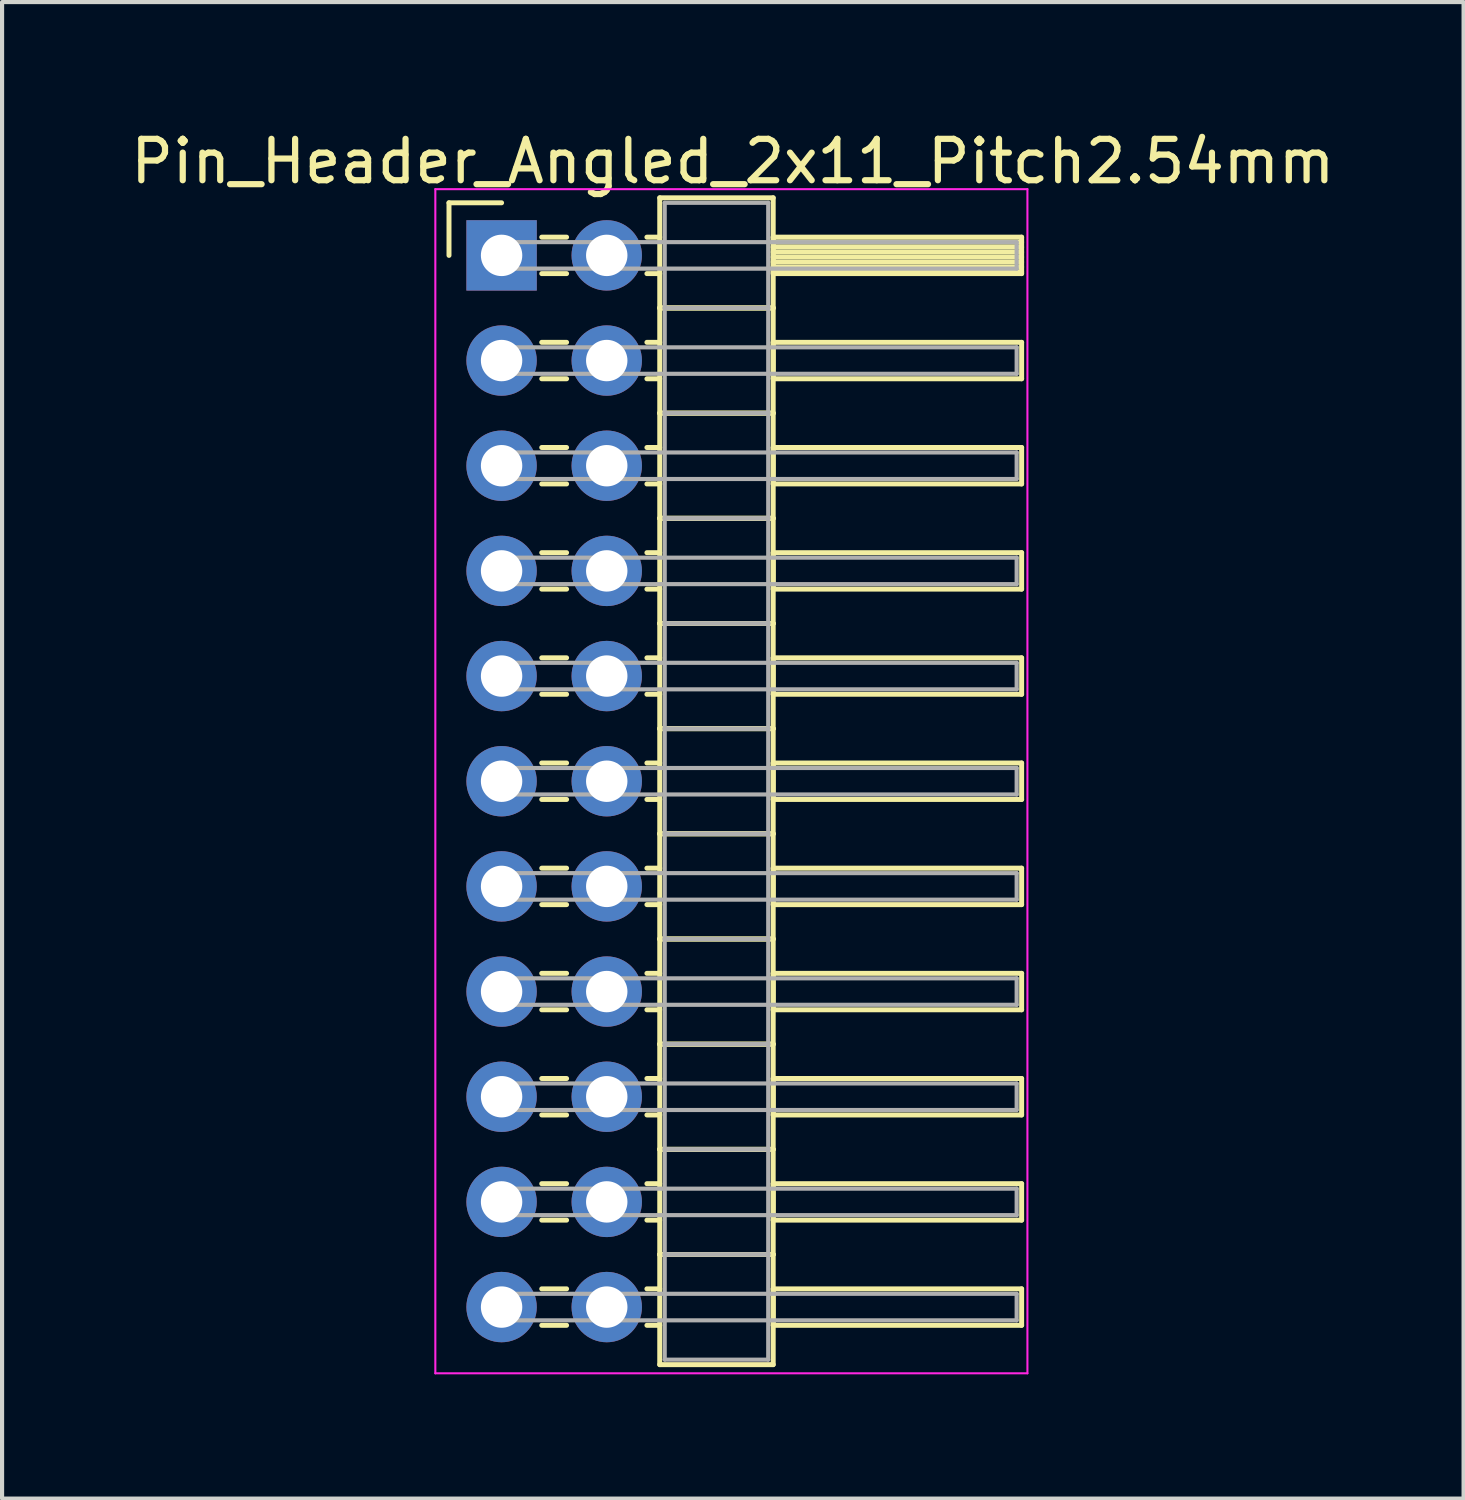
<source format=kicad_pcb>
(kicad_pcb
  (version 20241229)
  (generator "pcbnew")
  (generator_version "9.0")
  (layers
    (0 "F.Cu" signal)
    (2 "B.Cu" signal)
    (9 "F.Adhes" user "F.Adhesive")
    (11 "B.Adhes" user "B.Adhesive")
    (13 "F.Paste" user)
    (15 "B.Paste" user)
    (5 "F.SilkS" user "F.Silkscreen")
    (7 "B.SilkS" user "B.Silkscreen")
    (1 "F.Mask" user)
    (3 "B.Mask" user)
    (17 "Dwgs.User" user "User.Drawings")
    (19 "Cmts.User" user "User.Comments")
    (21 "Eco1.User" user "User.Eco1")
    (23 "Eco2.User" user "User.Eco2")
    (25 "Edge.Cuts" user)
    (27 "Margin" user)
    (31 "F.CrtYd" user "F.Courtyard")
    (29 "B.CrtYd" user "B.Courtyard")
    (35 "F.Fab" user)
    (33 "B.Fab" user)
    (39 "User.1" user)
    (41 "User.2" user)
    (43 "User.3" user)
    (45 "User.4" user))
  (footprint "Pin_Header_Angled_2x11_Pitch2.54mm"
    (layer "F.Cu")
    (at 9.064 3.118)
    (property "Reference" "Pin_Header_Angled_2x11_Pitch2.54mm" (at 5.585 -2.27 0) (layer "F.SilkS") (effects (font (size 1 1) (thickness 0.15))))
    (attr through_hole)
    (fp_line (start -1.27 -1.27) (end 0 -1.27) (stroke (width 0.12) (type solid)) (layer "F.SilkS"))
    (fp_line (start -1.27 0) (end -1.27 -1.27) (stroke (width 0.12) (type solid)) (layer "F.SilkS"))
    (fp_line (start 0.97 -0.44) (end 1.57 -0.44) (stroke (width 0.12) (type solid)) (layer "F.SilkS"))
    (fp_line (start 0.97 0.44) (end 1.57 0.44) (stroke (width 0.12) (type solid)) (layer "F.SilkS"))
    (fp_line (start 0.97 2.1) (end 1.57 2.1) (stroke (width 0.12) (type solid)) (layer "F.SilkS"))
    (fp_line (start 0.97 2.98) (end 1.57 2.98) (stroke (width 0.12) (type solid)) (layer "F.SilkS"))
    (fp_line (start 0.97 4.64) (end 1.57 4.64) (stroke (width 0.12) (type solid)) (layer "F.SilkS"))
    (fp_line (start 0.97 5.52) (end 1.57 5.52) (stroke (width 0.12) (type solid)) (layer "F.SilkS"))
    (fp_line (start 0.97 7.18) (end 1.57 7.18) (stroke (width 0.12) (type solid)) (layer "F.SilkS"))
    (fp_line (start 0.97 8.06) (end 1.57 8.06) (stroke (width 0.12) (type solid)) (layer "F.SilkS"))
    (fp_line (start 0.97 9.72) (end 1.57 9.72) (stroke (width 0.12) (type solid)) (layer "F.SilkS"))
    (fp_line (start 0.97 10.6) (end 1.57 10.6) (stroke (width 0.12) (type solid)) (layer "F.SilkS"))
    (fp_line (start 0.97 12.26) (end 1.57 12.26) (stroke (width 0.12) (type solid)) (layer "F.SilkS"))
    (fp_line (start 0.97 13.14) (end 1.57 13.14) (stroke (width 0.12) (type solid)) (layer "F.SilkS"))
    (fp_line (start 0.97 14.8) (end 1.57 14.8) (stroke (width 0.12) (type solid)) (layer "F.SilkS"))
    (fp_line (start 0.97 15.68) (end 1.57 15.68) (stroke (width 0.12) (type solid)) (layer "F.SilkS"))
    (fp_line (start 0.97 17.34) (end 1.57 17.34) (stroke (width 0.12) (type solid)) (layer "F.SilkS"))
    (fp_line (start 0.97 18.22) (end 1.57 18.22) (stroke (width 0.12) (type solid)) (layer "F.SilkS"))
    (fp_line (start 0.97 19.88) (end 1.57 19.88) (stroke (width 0.12) (type solid)) (layer "F.SilkS"))
    (fp_line (start 0.97 20.76) (end 1.57 20.76) (stroke (width 0.12) (type solid)) (layer "F.SilkS"))
    (fp_line (start 0.97 22.42) (end 1.57 22.42) (stroke (width 0.12) (type solid)) (layer "F.SilkS"))
    (fp_line (start 0.97 23.3) (end 1.57 23.3) (stroke (width 0.12) (type solid)) (layer "F.SilkS"))
    (fp_line (start 0.97 24.96) (end 1.57 24.96) (stroke (width 0.12) (type solid)) (layer "F.SilkS"))
    (fp_line (start 0.97 25.84) (end 1.57 25.84) (stroke (width 0.12) (type solid)) (layer "F.SilkS"))
    (fp_line (start 3.51 -0.44) (end 3.82 -0.44) (stroke (width 0.12) (type solid)) (layer "F.SilkS"))
    (fp_line (start 3.51 0.44) (end 3.82 0.44) (stroke (width 0.12) (type solid)) (layer "F.SilkS"))
    (fp_line (start 3.51 2.1) (end 3.82 2.1) (stroke (width 0.12) (type solid)) (layer "F.SilkS"))
    (fp_line (start 3.51 2.98) (end 3.82 2.98) (stroke (width 0.12) (type solid)) (layer "F.SilkS"))
    (fp_line (start 3.51 4.64) (end 3.82 4.64) (stroke (width 0.12) (type solid)) (layer "F.SilkS"))
    (fp_line (start 3.51 5.52) (end 3.82 5.52) (stroke (width 0.12) (type solid)) (layer "F.SilkS"))
    (fp_line (start 3.51 7.18) (end 3.82 7.18) (stroke (width 0.12) (type solid)) (layer "F.SilkS"))
    (fp_line (start 3.51 8.06) (end 3.82 8.06) (stroke (width 0.12) (type solid)) (layer "F.SilkS"))
    (fp_line (start 3.51 9.72) (end 3.82 9.72) (stroke (width 0.12) (type solid)) (layer "F.SilkS"))
    (fp_line (start 3.51 10.6) (end 3.82 10.6) (stroke (width 0.12) (type solid)) (layer "F.SilkS"))
    (fp_line (start 3.51 12.26) (end 3.82 12.26) (stroke (width 0.12) (type solid)) (layer "F.SilkS"))
    (fp_line (start 3.51 13.14) (end 3.82 13.14) (stroke (width 0.12) (type solid)) (layer "F.SilkS"))
    (fp_line (start 3.51 14.8) (end 3.82 14.8) (stroke (width 0.12) (type solid)) (layer "F.SilkS"))
    (fp_line (start 3.51 15.68) (end 3.82 15.68) (stroke (width 0.12) (type solid)) (layer "F.SilkS"))
    (fp_line (start 3.51 17.34) (end 3.82 17.34) (stroke (width 0.12) (type solid)) (layer "F.SilkS"))
    (fp_line (start 3.51 18.22) (end 3.82 18.22) (stroke (width 0.12) (type solid)) (layer "F.SilkS"))
    (fp_line (start 3.51 19.88) (end 3.82 19.88) (stroke (width 0.12) (type solid)) (layer "F.SilkS"))
    (fp_line (start 3.51 20.76) (end 3.82 20.76) (stroke (width 0.12) (type solid)) (layer "F.SilkS"))
    (fp_line (start 3.51 22.42) (end 3.82 22.42) (stroke (width 0.12) (type solid)) (layer "F.SilkS"))
    (fp_line (start 3.51 23.3) (end 3.82 23.3) (stroke (width 0.12) (type solid)) (layer "F.SilkS"))
    (fp_line (start 3.51 24.96) (end 3.82 24.96) (stroke (width 0.12) (type solid)) (layer "F.SilkS"))
    (fp_line (start 3.51 25.84) (end 3.82 25.84) (stroke (width 0.12) (type solid)) (layer "F.SilkS"))
    (fp_line (start 3.82 -1.39) (end 3.82 1.27) (stroke (width 0.12) (type solid)) (layer "F.SilkS"))
    (fp_line (start 3.82 1.27) (end 3.82 3.81) (stroke (width 0.12) (type solid)) (layer "F.SilkS"))
    (fp_line (start 3.82 1.27) (end 6.56 1.27) (stroke (width 0.12) (type solid)) (layer "F.SilkS"))
    (fp_line (start 3.82 3.81) (end 3.82 6.35) (stroke (width 0.12) (type solid)) (layer "F.SilkS"))
    (fp_line (start 3.82 3.81) (end 6.56 3.81) (stroke (width 0.12) (type solid)) (layer "F.SilkS"))
    (fp_line (start 3.82 6.35) (end 3.82 8.89) (stroke (width 0.12) (type solid)) (layer "F.SilkS"))
    (fp_line (start 3.82 6.35) (end 6.56 6.35) (stroke (width 0.12) (type solid)) (layer "F.SilkS"))
    (fp_line (start 3.82 8.89) (end 3.82 11.43) (stroke (width 0.12) (type solid)) (layer "F.SilkS"))
    (fp_line (start 3.82 8.89) (end 6.56 8.89) (stroke (width 0.12) (type solid)) (layer "F.SilkS"))
    (fp_line (start 3.82 11.43) (end 3.82 13.97) (stroke (width 0.12) (type solid)) (layer "F.SilkS"))
    (fp_line (start 3.82 11.43) (end 6.56 11.43) (stroke (width 0.12) (type solid)) (layer "F.SilkS"))
    (fp_line (start 3.82 13.97) (end 3.82 16.51) (stroke (width 0.12) (type solid)) (layer "F.SilkS"))
    (fp_line (start 3.82 13.97) (end 6.56 13.97) (stroke (width 0.12) (type solid)) (layer "F.SilkS"))
    (fp_line (start 3.82 16.51) (end 3.82 19.05) (stroke (width 0.12) (type solid)) (layer "F.SilkS"))
    (fp_line (start 3.82 16.51) (end 6.56 16.51) (stroke (width 0.12) (type solid)) (layer "F.SilkS"))
    (fp_line (start 3.82 19.05) (end 3.82 21.59) (stroke (width 0.12) (type solid)) (layer "F.SilkS"))
    (fp_line (start 3.82 19.05) (end 6.56 19.05) (stroke (width 0.12) (type solid)) (layer "F.SilkS"))
    (fp_line (start 3.82 21.59) (end 3.82 24.13) (stroke (width 0.12) (type solid)) (layer "F.SilkS"))
    (fp_line (start 3.82 21.59) (end 6.56 21.59) (stroke (width 0.12) (type solid)) (layer "F.SilkS"))
    (fp_line (start 3.82 24.13) (end 3.82 26.79) (stroke (width 0.12) (type solid)) (layer "F.SilkS"))
    (fp_line (start 3.82 24.13) (end 6.56 24.13) (stroke (width 0.12) (type solid)) (layer "F.SilkS"))
    (fp_line (start 3.82 26.79) (end 6.56 26.79) (stroke (width 0.12) (type solid)) (layer "F.SilkS"))
    (fp_line (start 6.56 -1.39) (end 3.82 -1.39) (stroke (width 0.12) (type solid)) (layer "F.SilkS"))
    (fp_line (start 6.56 -0.44) (end 6.56 0.44) (stroke (width 0.12) (type solid)) (layer "F.SilkS"))
    (fp_line (start 6.56 -0.32) (end 12.56 -0.32) (stroke (width 0.12) (type solid)) (layer "F.SilkS"))
    (fp_line (start 6.56 -0.2) (end 12.56 -0.2) (stroke (width 0.12) (type solid)) (layer "F.SilkS"))
    (fp_line (start 6.56 -0.08) (end 12.56 -0.08) (stroke (width 0.12) (type solid)) (layer "F.SilkS"))
    (fp_line (start 6.56 0.04) (end 12.56 0.04) (stroke (width 0.12) (type solid)) (layer "F.SilkS"))
    (fp_line (start 6.56 0.16) (end 12.56 0.16) (stroke (width 0.12) (type solid)) (layer "F.SilkS"))
    (fp_line (start 6.56 0.28) (end 12.56 0.28) (stroke (width 0.12) (type solid)) (layer "F.SilkS"))
    (fp_line (start 6.56 0.4) (end 12.56 0.4) (stroke (width 0.12) (type solid)) (layer "F.SilkS"))
    (fp_line (start 6.56 0.44) (end 12.56 0.44) (stroke (width 0.12) (type solid)) (layer "F.SilkS"))
    (fp_line (start 6.56 1.27) (end 3.82 1.27) (stroke (width 0.12) (type solid)) (layer "F.SilkS"))
    (fp_line (start 6.56 1.27) (end 6.56 -1.39) (stroke (width 0.12) (type solid)) (layer "F.SilkS"))
    (fp_line (start 6.56 2.1) (end 6.56 2.98) (stroke (width 0.12) (type solid)) (layer "F.SilkS"))
    (fp_line (start 6.56 2.98) (end 12.56 2.98) (stroke (width 0.12) (type solid)) (layer "F.SilkS"))
    (fp_line (start 6.56 3.81) (end 3.82 3.81) (stroke (width 0.12) (type solid)) (layer "F.SilkS"))
    (fp_line (start 6.56 3.81) (end 6.56 1.27) (stroke (width 0.12) (type solid)) (layer "F.SilkS"))
    (fp_line (start 6.56 4.64) (end 6.56 5.52) (stroke (width 0.12) (type solid)) (layer "F.SilkS"))
    (fp_line (start 6.56 5.52) (end 12.56 5.52) (stroke (width 0.12) (type solid)) (layer "F.SilkS"))
    (fp_line (start 6.56 6.35) (end 3.82 6.35) (stroke (width 0.12) (type solid)) (layer "F.SilkS"))
    (fp_line (start 6.56 6.35) (end 6.56 3.81) (stroke (width 0.12) (type solid)) (layer "F.SilkS"))
    (fp_line (start 6.56 7.18) (end 6.56 8.06) (stroke (width 0.12) (type solid)) (layer "F.SilkS"))
    (fp_line (start 6.56 8.06) (end 12.56 8.06) (stroke (width 0.12) (type solid)) (layer "F.SilkS"))
    (fp_line (start 6.56 8.89) (end 3.82 8.89) (stroke (width 0.12) (type solid)) (layer "F.SilkS"))
    (fp_line (start 6.56 8.89) (end 6.56 6.35) (stroke (width 0.12) (type solid)) (layer "F.SilkS"))
    (fp_line (start 6.56 9.72) (end 6.56 10.6) (stroke (width 0.12) (type solid)) (layer "F.SilkS"))
    (fp_line (start 6.56 10.6) (end 12.56 10.6) (stroke (width 0.12) (type solid)) (layer "F.SilkS"))
    (fp_line (start 6.56 11.43) (end 3.82 11.43) (stroke (width 0.12) (type solid)) (layer "F.SilkS"))
    (fp_line (start 6.56 11.43) (end 6.56 8.89) (stroke (width 0.12) (type solid)) (layer "F.SilkS"))
    (fp_line (start 6.56 12.26) (end 6.56 13.14) (stroke (width 0.12) (type solid)) (layer "F.SilkS"))
    (fp_line (start 6.56 13.14) (end 12.56 13.14) (stroke (width 0.12) (type solid)) (layer "F.SilkS"))
    (fp_line (start 6.56 13.97) (end 3.82 13.97) (stroke (width 0.12) (type solid)) (layer "F.SilkS"))
    (fp_line (start 6.56 13.97) (end 6.56 11.43) (stroke (width 0.12) (type solid)) (layer "F.SilkS"))
    (fp_line (start 6.56 14.8) (end 6.56 15.68) (stroke (width 0.12) (type solid)) (layer "F.SilkS"))
    (fp_line (start 6.56 15.68) (end 12.56 15.68) (stroke (width 0.12) (type solid)) (layer "F.SilkS"))
    (fp_line (start 6.56 16.51) (end 3.82 16.51) (stroke (width 0.12) (type solid)) (layer "F.SilkS"))
    (fp_line (start 6.56 16.51) (end 6.56 13.97) (stroke (width 0.12) (type solid)) (layer "F.SilkS"))
    (fp_line (start 6.56 17.34) (end 6.56 18.22) (stroke (width 0.12) (type solid)) (layer "F.SilkS"))
    (fp_line (start 6.56 18.22) (end 12.56 18.22) (stroke (width 0.12) (type solid)) (layer "F.SilkS"))
    (fp_line (start 6.56 19.05) (end 3.82 19.05) (stroke (width 0.12) (type solid)) (layer "F.SilkS"))
    (fp_line (start 6.56 19.05) (end 6.56 16.51) (stroke (width 0.12) (type solid)) (layer "F.SilkS"))
    (fp_line (start 6.56 19.88) (end 6.56 20.76) (stroke (width 0.12) (type solid)) (layer "F.SilkS"))
    (fp_line (start 6.56 20.76) (end 12.56 20.76) (stroke (width 0.12) (type solid)) (layer "F.SilkS"))
    (fp_line (start 6.56 21.59) (end 3.82 21.59) (stroke (width 0.12) (type solid)) (layer "F.SilkS"))
    (fp_line (start 6.56 21.59) (end 6.56 19.05) (stroke (width 0.12) (type solid)) (layer "F.SilkS"))
    (fp_line (start 6.56 22.42) (end 6.56 23.3) (stroke (width 0.12) (type solid)) (layer "F.SilkS"))
    (fp_line (start 6.56 23.3) (end 12.56 23.3) (stroke (width 0.12) (type solid)) (layer "F.SilkS"))
    (fp_line (start 6.56 24.13) (end 3.82 24.13) (stroke (width 0.12) (type solid)) (layer "F.SilkS"))
    (fp_line (start 6.56 24.13) (end 6.56 21.59) (stroke (width 0.12) (type solid)) (layer "F.SilkS"))
    (fp_line (start 6.56 24.96) (end 6.56 25.84) (stroke (width 0.12) (type solid)) (layer "F.SilkS"))
    (fp_line (start 6.56 25.84) (end 12.56 25.84) (stroke (width 0.12) (type solid)) (layer "F.SilkS"))
    (fp_line (start 6.56 26.79) (end 6.56 24.13) (stroke (width 0.12) (type solid)) (layer "F.SilkS"))
    (fp_line (start 12.56 -0.44) (end 6.56 -0.44) (stroke (width 0.12) (type solid)) (layer "F.SilkS"))
    (fp_line (start 12.56 0.44) (end 12.56 -0.44) (stroke (width 0.12) (type solid)) (layer "F.SilkS"))
    (fp_line (start 12.56 2.1) (end 6.56 2.1) (stroke (width 0.12) (type solid)) (layer "F.SilkS"))
    (fp_line (start 12.56 2.98) (end 12.56 2.1) (stroke (width 0.12) (type solid)) (layer "F.SilkS"))
    (fp_line (start 12.56 4.64) (end 6.56 4.64) (stroke (width 0.12) (type solid)) (layer "F.SilkS"))
    (fp_line (start 12.56 5.52) (end 12.56 4.64) (stroke (width 0.12) (type solid)) (layer "F.SilkS"))
    (fp_line (start 12.56 7.18) (end 6.56 7.18) (stroke (width 0.12) (type solid)) (layer "F.SilkS"))
    (fp_line (start 12.56 8.06) (end 12.56 7.18) (stroke (width 0.12) (type solid)) (layer "F.SilkS"))
    (fp_line (start 12.56 9.72) (end 6.56 9.72) (stroke (width 0.12) (type solid)) (layer "F.SilkS"))
    (fp_line (start 12.56 10.6) (end 12.56 9.72) (stroke (width 0.12) (type solid)) (layer "F.SilkS"))
    (fp_line (start 12.56 12.26) (end 6.56 12.26) (stroke (width 0.12) (type solid)) (layer "F.SilkS"))
    (fp_line (start 12.56 13.14) (end 12.56 12.26) (stroke (width 0.12) (type solid)) (layer "F.SilkS"))
    (fp_line (start 12.56 14.8) (end 6.56 14.8) (stroke (width 0.12) (type solid)) (layer "F.SilkS"))
    (fp_line (start 12.56 15.68) (end 12.56 14.8) (stroke (width 0.12) (type solid)) (layer "F.SilkS"))
    (fp_line (start 12.56 17.34) (end 6.56 17.34) (stroke (width 0.12) (type solid)) (layer "F.SilkS"))
    (fp_line (start 12.56 18.22) (end 12.56 17.34) (stroke (width 0.12) (type solid)) (layer "F.SilkS"))
    (fp_line (start 12.56 19.88) (end 6.56 19.88) (stroke (width 0.12) (type solid)) (layer "F.SilkS"))
    (fp_line (start 12.56 20.76) (end 12.56 19.88) (stroke (width 0.12) (type solid)) (layer "F.SilkS"))
    (fp_line (start 12.56 22.42) (end 6.56 22.42) (stroke (width 0.12) (type solid)) (layer "F.SilkS"))
    (fp_line (start 12.56 23.3) (end 12.56 22.42) (stroke (width 0.12) (type solid)) (layer "F.SilkS"))
    (fp_line (start 12.56 24.96) (end 6.56 24.96) (stroke (width 0.12) (type solid)) (layer "F.SilkS"))
    (fp_line (start 12.56 25.84) (end 12.56 24.96) (stroke (width 0.12) (type solid)) (layer "F.SilkS"))
    (fp_line (start -1.6 -1.6) (end -1.6 27) (stroke (width 0.05) (type solid)) (layer "F.CrtYd"))
    (fp_line (start -1.6 27) (end 12.7 27) (stroke (width 0.05) (type solid)) (layer "F.CrtYd"))
    (fp_line (start 12.7 -1.6) (end -1.6 -1.6) (stroke (width 0.05) (type solid)) (layer "F.CrtYd"))
    (fp_line (start 12.7 27) (end 12.7 -1.6) (stroke (width 0.05) (type solid)) (layer "F.CrtYd"))
    (fp_line (start 0 -0.32) (end 0 0.32) (stroke (width 0.1) (type solid)) (layer "F.Fab"))
    (fp_line (start 0 0.32) (end 12.44 0.32) (stroke (width 0.1) (type solid)) (layer "F.Fab"))
    (fp_line (start 0 2.22) (end 0 2.86) (stroke (width 0.1) (type solid)) (layer "F.Fab"))
    (fp_line (start 0 2.86) (end 12.44 2.86) (stroke (width 0.1) (type solid)) (layer "F.Fab"))
    (fp_line (start 0 4.76) (end 0 5.4) (stroke (width 0.1) (type solid)) (layer "F.Fab"))
    (fp_line (start 0 5.4) (end 12.44 5.4) (stroke (width 0.1) (type solid)) (layer "F.Fab"))
    (fp_line (start 0 7.3) (end 0 7.94) (stroke (width 0.1) (type solid)) (layer "F.Fab"))
    (fp_line (start 0 7.94) (end 12.44 7.94) (stroke (width 0.1) (type solid)) (layer "F.Fab"))
    (fp_line (start 0 9.84) (end 0 10.48) (stroke (width 0.1) (type solid)) (layer "F.Fab"))
    (fp_line (start 0 10.48) (end 12.44 10.48) (stroke (width 0.1) (type solid)) (layer "F.Fab"))
    (fp_line (start 0 12.38) (end 0 13.02) (stroke (width 0.1) (type solid)) (layer "F.Fab"))
    (fp_line (start 0 13.02) (end 12.44 13.02) (stroke (width 0.1) (type solid)) (layer "F.Fab"))
    (fp_line (start 0 14.92) (end 0 15.56) (stroke (width 0.1) (type solid)) (layer "F.Fab"))
    (fp_line (start 0 15.56) (end 12.44 15.56) (stroke (width 0.1) (type solid)) (layer "F.Fab"))
    (fp_line (start 0 17.46) (end 0 18.1) (stroke (width 0.1) (type solid)) (layer "F.Fab"))
    (fp_line (start 0 18.1) (end 12.44 18.1) (stroke (width 0.1) (type solid)) (layer "F.Fab"))
    (fp_line (start 0 20) (end 0 20.64) (stroke (width 0.1) (type solid)) (layer "F.Fab"))
    (fp_line (start 0 20.64) (end 12.44 20.64) (stroke (width 0.1) (type solid)) (layer "F.Fab"))
    (fp_line (start 0 22.54) (end 0 23.18) (stroke (width 0.1) (type solid)) (layer "F.Fab"))
    (fp_line (start 0 23.18) (end 12.44 23.18) (stroke (width 0.1) (type solid)) (layer "F.Fab"))
    (fp_line (start 0 25.08) (end 0 25.72) (stroke (width 0.1) (type solid)) (layer "F.Fab"))
    (fp_line (start 0 25.72) (end 12.44 25.72) (stroke (width 0.1) (type solid)) (layer "F.Fab"))
    (fp_line (start 3.94 -1.27) (end 3.94 1.27) (stroke (width 0.1) (type solid)) (layer "F.Fab"))
    (fp_line (start 3.94 1.27) (end 3.94 3.81) (stroke (width 0.1) (type solid)) (layer "F.Fab"))
    (fp_line (start 3.94 1.27) (end 6.44 1.27) (stroke (width 0.1) (type solid)) (layer "F.Fab"))
    (fp_line (start 3.94 3.81) (end 3.94 6.35) (stroke (width 0.1) (type solid)) (layer "F.Fab"))
    (fp_line (start 3.94 3.81) (end 6.44 3.81) (stroke (width 0.1) (type solid)) (layer "F.Fab"))
    (fp_line (start 3.94 6.35) (end 3.94 8.89) (stroke (width 0.1) (type solid)) (layer "F.Fab"))
    (fp_line (start 3.94 6.35) (end 6.44 6.35) (stroke (width 0.1) (type solid)) (layer "F.Fab"))
    (fp_line (start 3.94 8.89) (end 3.94 11.43) (stroke (width 0.1) (type solid)) (layer "F.Fab"))
    (fp_line (start 3.94 8.89) (end 6.44 8.89) (stroke (width 0.1) (type solid)) (layer "F.Fab"))
    (fp_line (start 3.94 11.43) (end 3.94 13.97) (stroke (width 0.1) (type solid)) (layer "F.Fab"))
    (fp_line (start 3.94 11.43) (end 6.44 11.43) (stroke (width 0.1) (type solid)) (layer "F.Fab"))
    (fp_line (start 3.94 13.97) (end 3.94 16.51) (stroke (width 0.1) (type solid)) (layer "F.Fab"))
    (fp_line (start 3.94 13.97) (end 6.44 13.97) (stroke (width 0.1) (type solid)) (layer "F.Fab"))
    (fp_line (start 3.94 16.51) (end 3.94 19.05) (stroke (width 0.1) (type solid)) (layer "F.Fab"))
    (fp_line (start 3.94 16.51) (end 6.44 16.51) (stroke (width 0.1) (type solid)) (layer "F.Fab"))
    (fp_line (start 3.94 19.05) (end 3.94 21.59) (stroke (width 0.1) (type solid)) (layer "F.Fab"))
    (fp_line (start 3.94 19.05) (end 6.44 19.05) (stroke (width 0.1) (type solid)) (layer "F.Fab"))
    (fp_line (start 3.94 21.59) (end 3.94 24.13) (stroke (width 0.1) (type solid)) (layer "F.Fab"))
    (fp_line (start 3.94 21.59) (end 6.44 21.59) (stroke (width 0.1) (type solid)) (layer "F.Fab"))
    (fp_line (start 3.94 24.13) (end 3.94 26.67) (stroke (width 0.1) (type solid)) (layer "F.Fab"))
    (fp_line (start 3.94 24.13) (end 6.44 24.13) (stroke (width 0.1) (type solid)) (layer "F.Fab"))
    (fp_line (start 3.94 26.67) (end 6.44 26.67) (stroke (width 0.1) (type solid)) (layer "F.Fab"))
    (fp_line (start 6.44 -1.27) (end 3.94 -1.27) (stroke (width 0.1) (type solid)) (layer "F.Fab"))
    (fp_line (start 6.44 1.27) (end 3.94 1.27) (stroke (width 0.1) (type solid)) (layer "F.Fab"))
    (fp_line (start 6.44 1.27) (end 6.44 -1.27) (stroke (width 0.1) (type solid)) (layer "F.Fab"))
    (fp_line (start 6.44 3.81) (end 3.94 3.81) (stroke (width 0.1) (type solid)) (layer "F.Fab"))
    (fp_line (start 6.44 3.81) (end 6.44 1.27) (stroke (width 0.1) (type solid)) (layer "F.Fab"))
    (fp_line (start 6.44 6.35) (end 3.94 6.35) (stroke (width 0.1) (type solid)) (layer "F.Fab"))
    (fp_line (start 6.44 6.35) (end 6.44 3.81) (stroke (width 0.1) (type solid)) (layer "F.Fab"))
    (fp_line (start 6.44 8.89) (end 3.94 8.89) (stroke (width 0.1) (type solid)) (layer "F.Fab"))
    (fp_line (start 6.44 8.89) (end 6.44 6.35) (stroke (width 0.1) (type solid)) (layer "F.Fab"))
    (fp_line (start 6.44 11.43) (end 3.94 11.43) (stroke (width 0.1) (type solid)) (layer "F.Fab"))
    (fp_line (start 6.44 11.43) (end 6.44 8.89) (stroke (width 0.1) (type solid)) (layer "F.Fab"))
    (fp_line (start 6.44 13.97) (end 3.94 13.97) (stroke (width 0.1) (type solid)) (layer "F.Fab"))
    (fp_line (start 6.44 13.97) (end 6.44 11.43) (stroke (width 0.1) (type solid)) (layer "F.Fab"))
    (fp_line (start 6.44 16.51) (end 3.94 16.51) (stroke (width 0.1) (type solid)) (layer "F.Fab"))
    (fp_line (start 6.44 16.51) (end 6.44 13.97) (stroke (width 0.1) (type solid)) (layer "F.Fab"))
    (fp_line (start 6.44 19.05) (end 3.94 19.05) (stroke (width 0.1) (type solid)) (layer "F.Fab"))
    (fp_line (start 6.44 19.05) (end 6.44 16.51) (stroke (width 0.1) (type solid)) (layer "F.Fab"))
    (fp_line (start 6.44 21.59) (end 3.94 21.59) (stroke (width 0.1) (type solid)) (layer "F.Fab"))
    (fp_line (start 6.44 21.59) (end 6.44 19.05) (stroke (width 0.1) (type solid)) (layer "F.Fab"))
    (fp_line (start 6.44 24.13) (end 3.94 24.13) (stroke (width 0.1) (type solid)) (layer "F.Fab"))
    (fp_line (start 6.44 24.13) (end 6.44 21.59) (stroke (width 0.1) (type solid)) (layer "F.Fab"))
    (fp_line (start 6.44 26.67) (end 6.44 24.13) (stroke (width 0.1) (type solid)) (layer "F.Fab"))
    (fp_line (start 12.44 -0.32) (end 0 -0.32) (stroke (width 0.1) (type solid)) (layer "F.Fab"))
    (fp_line (start 12.44 0.32) (end 12.44 -0.32) (stroke (width 0.1) (type solid)) (layer "F.Fab"))
    (fp_line (start 12.44 2.22) (end 0 2.22) (stroke (width 0.1) (type solid)) (layer "F.Fab"))
    (fp_line (start 12.44 2.86) (end 12.44 2.22) (stroke (width 0.1) (type solid)) (layer "F.Fab"))
    (fp_line (start 12.44 4.76) (end 0 4.76) (stroke (width 0.1) (type solid)) (layer "F.Fab"))
    (fp_line (start 12.44 5.4) (end 12.44 4.76) (stroke (width 0.1) (type solid)) (layer "F.Fab"))
    (fp_line (start 12.44 7.3) (end 0 7.3) (stroke (width 0.1) (type solid)) (layer "F.Fab"))
    (fp_line (start 12.44 7.94) (end 12.44 7.3) (stroke (width 0.1) (type solid)) (layer "F.Fab"))
    (fp_line (start 12.44 9.84) (end 0 9.84) (stroke (width 0.1) (type solid)) (layer "F.Fab"))
    (fp_line (start 12.44 10.48) (end 12.44 9.84) (stroke (width 0.1) (type solid)) (layer "F.Fab"))
    (fp_line (start 12.44 12.38) (end 0 12.38) (stroke (width 0.1) (type solid)) (layer "F.Fab"))
    (fp_line (start 12.44 13.02) (end 12.44 12.38) (stroke (width 0.1) (type solid)) (layer "F.Fab"))
    (fp_line (start 12.44 14.92) (end 0 14.92) (stroke (width 0.1) (type solid)) (layer "F.Fab"))
    (fp_line (start 12.44 15.56) (end 12.44 14.92) (stroke (width 0.1) (type solid)) (layer "F.Fab"))
    (fp_line (start 12.44 17.46) (end 0 17.46) (stroke (width 0.1) (type solid)) (layer "F.Fab"))
    (fp_line (start 12.44 18.1) (end 12.44 17.46) (stroke (width 0.1) (type solid)) (layer "F.Fab"))
    (fp_line (start 12.44 20) (end 0 20) (stroke (width 0.1) (type solid)) (layer "F.Fab"))
    (fp_line (start 12.44 20.64) (end 12.44 20) (stroke (width 0.1) (type solid)) (layer "F.Fab"))
    (fp_line (start 12.44 22.54) (end 0 22.54) (stroke (width 0.1) (type solid)) (layer "F.Fab"))
    (fp_line (start 12.44 23.18) (end 12.44 22.54) (stroke (width 0.1) (type solid)) (layer "F.Fab"))
    (fp_line (start 12.44 25.08) (end 0 25.08) (stroke (width 0.1) (type solid)) (layer "F.Fab"))
    (fp_line (start 12.44 25.72) (end 12.44 25.08) (stroke (width 0.1) (type solid)) (layer "F.Fab"))
    (pad "1" thru_hole rect (at 0 0) (size 1.7 1.7) (drill 1) (layers "*.Cu" "*.Mask"))
    (pad "2" thru_hole oval (at 2.54 0) (size 1.7 1.7) (drill 1) (layers "*.Cu" "*.Mask"))
    (pad "3" thru_hole oval (at 0 2.54) (size 1.7 1.7) (drill 1) (layers "*.Cu" "*.Mask"))
    (pad "4" thru_hole oval (at 2.54 2.54) (size 1.7 1.7) (drill 1) (layers "*.Cu" "*.Mask"))
    (pad "5" thru_hole oval (at 0 5.08) (size 1.7 1.7) (drill 1) (layers "*.Cu" "*.Mask"))
    (pad "6" thru_hole oval (at 2.54 5.08) (size 1.7 1.7) (drill 1) (layers "*.Cu" "*.Mask"))
    (pad "7" thru_hole oval (at 0 7.62) (size 1.7 1.7) (drill 1) (layers "*.Cu" "*.Mask"))
    (pad "8" thru_hole oval (at 2.54 7.62) (size 1.7 1.7) (drill 1) (layers "*.Cu" "*.Mask"))
    (pad "9" thru_hole oval (at 0 10.16) (size 1.7 1.7) (drill 1) (layers "*.Cu" "*.Mask"))
    (pad "10" thru_hole oval (at 2.54 10.16) (size 1.7 1.7) (drill 1) (layers "*.Cu" "*.Mask"))
    (pad "11" thru_hole oval (at 0 12.7) (size 1.7 1.7) (drill 1) (layers "*.Cu" "*.Mask"))
    (pad "12" thru_hole oval (at 2.54 12.7) (size 1.7 1.7) (drill 1) (layers "*.Cu" "*.Mask"))
    (pad "13" thru_hole oval (at 0 15.24) (size 1.7 1.7) (drill 1) (layers "*.Cu" "*.Mask"))
    (pad "14" thru_hole oval (at 2.54 15.24) (size 1.7 1.7) (drill 1) (layers "*.Cu" "*.Mask"))
    (pad "15" thru_hole oval (at 0 17.78) (size 1.7 1.7) (drill 1) (layers "*.Cu" "*.Mask"))
    (pad "16" thru_hole oval (at 2.54 17.78) (size 1.7 1.7) (drill 1) (layers "*.Cu" "*.Mask"))
    (pad "17" thru_hole oval (at 0 20.32) (size 1.7 1.7) (drill 1) (layers "*.Cu" "*.Mask"))
    (pad "18" thru_hole oval (at 2.54 20.32) (size 1.7 1.7) (drill 1) (layers "*.Cu" "*.Mask"))
    (pad "19" thru_hole oval (at 0 22.86) (size 1.7 1.7) (drill 1) (layers "*.Cu" "*.Mask"))
    (pad "20" thru_hole oval (at 2.54 22.86) (size 1.7 1.7) (drill 1) (layers "*.Cu" "*.Mask"))
    (pad "21" thru_hole oval (at 0 25.4) (size 1.7 1.7) (drill 1) (layers "*.Cu" "*.Mask"))
    (pad "22" thru_hole oval (at 2.54 25.4) (size 1.7 1.7) (drill 1) (layers "*.Cu" "*.Mask")))
  (gr_rect
    (start -3 -3)
    (end 32.298 33.143)
    (stroke (width 0.1) (type default))
    (fill no)
    (layer "Edge.Cuts")))
</source>
